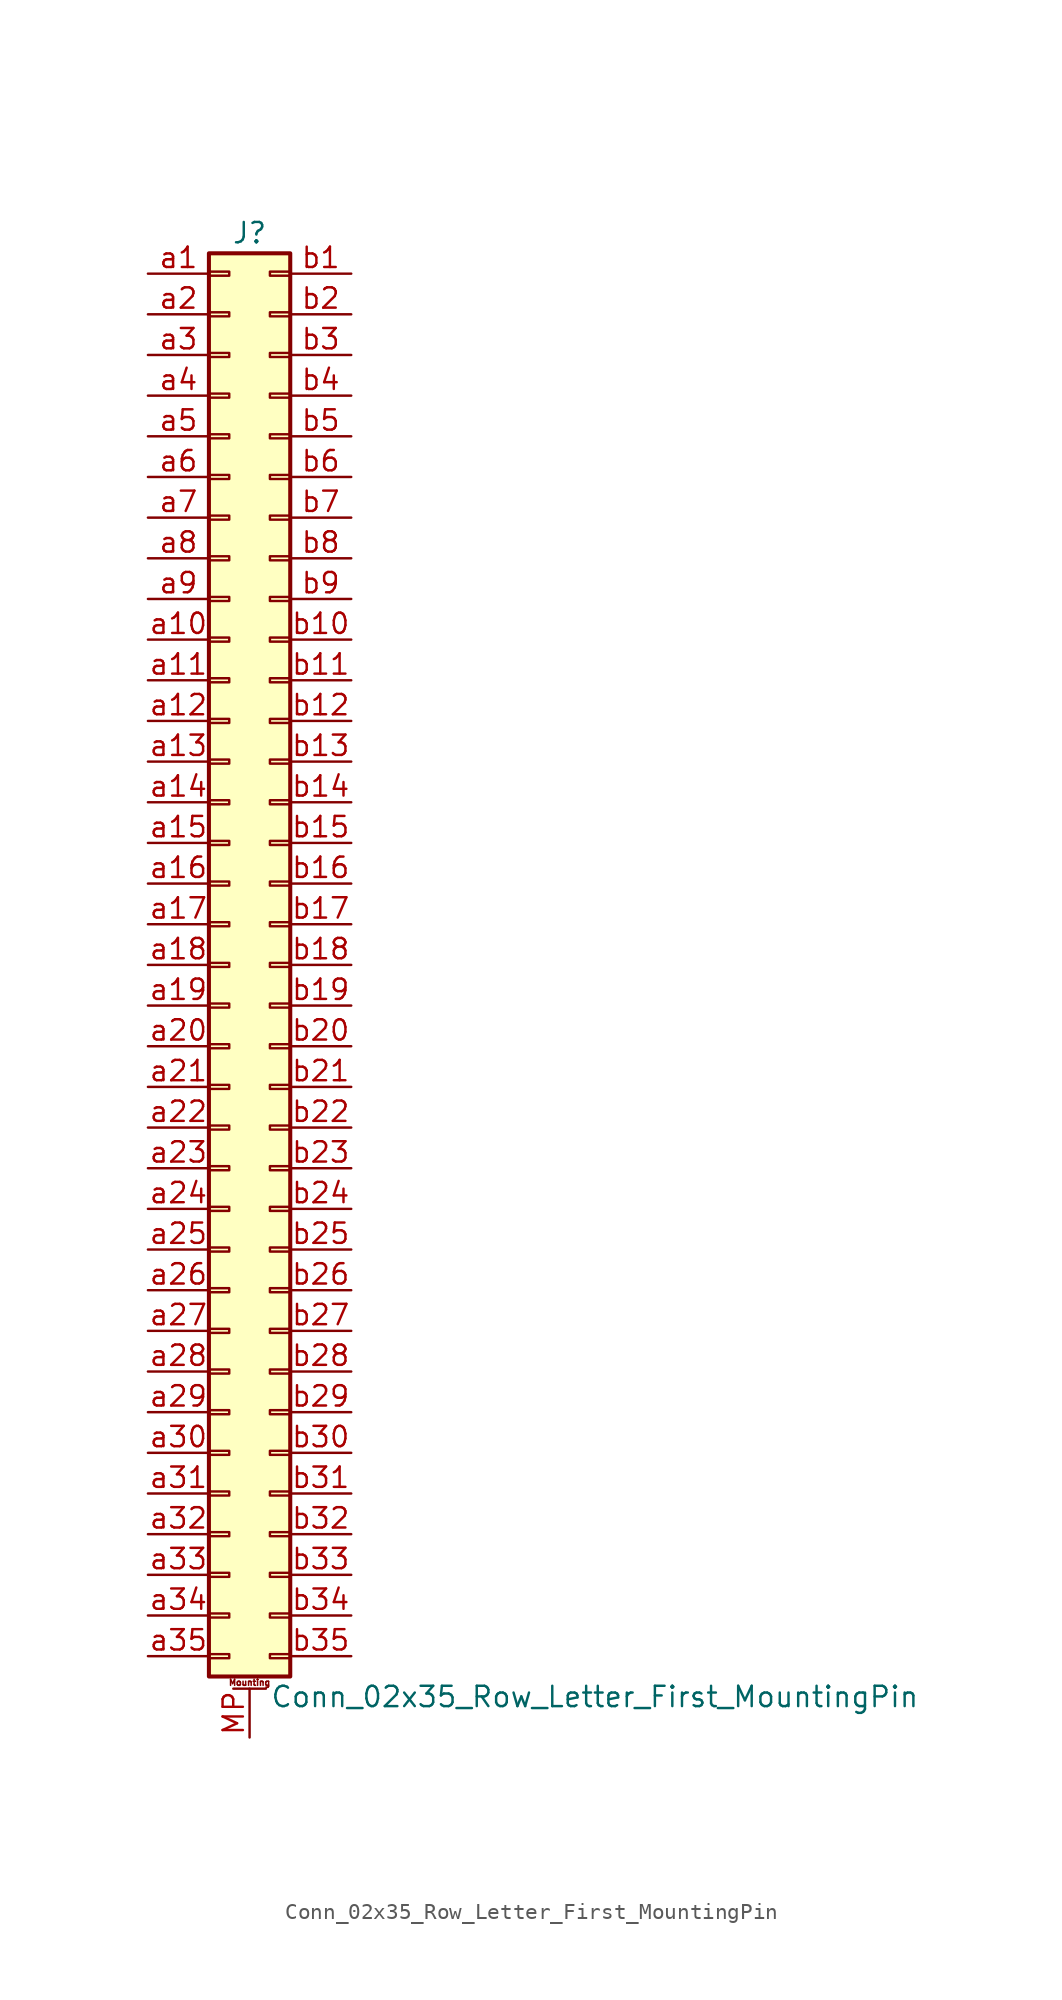
<source format=kicad_sym>
(kicad_symbol_lib
  (version 20201005)
  (generator kicad_symbol_editor)
  (symbol "Conn_02x35_Row_Letter_First_MountingPin"
    (pin_names
      (offset 1.016) hide)
    (property "Reference" "J"
      (at 1.27 45.72 0)
      (effects (font (size 1.27 1.27))))
    (property "Value" "Conn_02x35_Row_Letter_First_MountingPin"
      (at 2.54 -45.72 0)
      (effects (font (size 1.27 1.27)) (justify left)))
    (symbol "Conn_02x35_Row_Letter_First_MountingPin_1_1"
      (text "Mounting" (at 1.27 -44.831 0) (effects (font (size 0.381 0.381))))
      (rectangle (start -1.27 -43.053) (end 0 -43.307) (stroke (width 0.152)) (fill (type none)))
      (rectangle (start -1.27 -40.513) (end 0 -40.767) (stroke (width 0.152)) (fill (type none)))
      (rectangle (start -1.27 -37.973) (end 0 -38.227) (stroke (width 0.152)) (fill (type none)))
      (rectangle (start -1.27 -35.433) (end 0 -35.687) (stroke (width 0.152)) (fill (type none)))
      (rectangle (start -1.27 -32.893) (end 0 -33.147) (stroke (width 0.152)) (fill (type none)))
      (rectangle (start -1.27 -30.353) (end 0 -30.607) (stroke (width 0.152)) (fill (type none)))
      (rectangle (start -1.27 -27.813) (end 0 -28.067) (stroke (width 0.152)) (fill (type none)))
      (rectangle (start -1.27 -25.273) (end 0 -25.527) (stroke (width 0.152)) (fill (type none)))
      (rectangle (start -1.27 -22.733) (end 0 -22.987) (stroke (width 0.152)) (fill (type none)))
      (rectangle (start -1.27 -20.193) (end 0 -20.447) (stroke (width 0.152)) (fill (type none)))
      (rectangle (start -1.27 -17.653) (end 0 -17.907) (stroke (width 0.152)) (fill (type none)))
      (rectangle (start -1.27 -15.113) (end 0 -15.367) (stroke (width 0.152)) (fill (type none)))
      (rectangle (start -1.27 -12.573) (end 0 -12.827) (stroke (width 0.152)) (fill (type none)))
      (rectangle (start -1.27 -10.033) (end 0 -10.287) (stroke (width 0.152)) (fill (type none)))
      (rectangle (start -1.27 -7.493) (end 0 -7.747) (stroke (width 0.152)) (fill (type none)))
      (rectangle (start -1.27 -4.953) (end 0 -5.207) (stroke (width 0.152)) (fill (type none)))
      (rectangle (start -1.27 -2.413) (end 0 -2.667) (stroke (width 0.152)) (fill (type none)))
      (rectangle (start -1.27 0.127) (end 0 -0.127) (stroke (width 0.152)) (fill (type none)))
      (rectangle (start -1.27 2.667) (end 0 2.413) (stroke (width 0.152)) (fill (type none)))
      (rectangle (start -1.27 5.207) (end 0 4.953) (stroke (width 0.152)) (fill (type none)))
      (rectangle (start -1.27 7.747) (end 0 7.493) (stroke (width 0.152)) (fill (type none)))
      (rectangle (start -1.27 10.287) (end 0 10.033) (stroke (width 0.152)) (fill (type none)))
      (rectangle (start -1.27 12.827) (end 0 12.573) (stroke (width 0.152)) (fill (type none)))
      (rectangle (start -1.27 15.367) (end 0 15.113) (stroke (width 0.152)) (fill (type none)))
      (rectangle (start -1.27 17.907) (end 0 17.653) (stroke (width 0.152)) (fill (type none)))
      (rectangle (start -1.27 20.447) (end 0 20.193) (stroke (width 0.152)) (fill (type none)))
      (rectangle (start -1.27 22.987) (end 0 22.733) (stroke (width 0.152)) (fill (type none)))
      (rectangle (start -1.27 25.527) (end 0 25.273) (stroke (width 0.152)) (fill (type none)))
      (rectangle (start -1.27 28.067) (end 0 27.813) (stroke (width 0.152)) (fill (type none)))
      (rectangle (start -1.27 30.607) (end 0 30.353) (stroke (width 0.152)) (fill (type none)))
      (rectangle (start -1.27 33.147) (end 0 32.893) (stroke (width 0.152)) (fill (type none)))
      (rectangle (start -1.27 35.687) (end 0 35.433) (stroke (width 0.152)) (fill (type none)))
      (rectangle (start -1.27 38.227) (end 0 37.973) (stroke (width 0.152)) (fill (type none)))
      (rectangle (start -1.27 40.767) (end 0 40.513) (stroke (width 0.152)) (fill (type none)))
      (rectangle (start -1.27 43.307) (end 0 43.053) (stroke (width 0.152)) (fill (type none)))
      (rectangle (start -1.27 44.45) (end 3.81 -44.45) (stroke (width 0.254)) (fill (type background)))
      (rectangle (start 3.81 -43.053) (end 2.54 -43.307) (stroke (width 0.152)) (fill (type none)))
      (rectangle (start 3.81 -40.513) (end 2.54 -40.767) (stroke (width 0.152)) (fill (type none)))
      (rectangle (start 3.81 -37.973) (end 2.54 -38.227) (stroke (width 0.152)) (fill (type none)))
      (rectangle (start 3.81 -35.433) (end 2.54 -35.687) (stroke (width 0.152)) (fill (type none)))
      (rectangle (start 3.81 -32.893) (end 2.54 -33.147) (stroke (width 0.152)) (fill (type none)))
      (rectangle (start 3.81 -30.353) (end 2.54 -30.607) (stroke (width 0.152)) (fill (type none)))
      (rectangle (start 3.81 -27.813) (end 2.54 -28.067) (stroke (width 0.152)) (fill (type none)))
      (rectangle (start 3.81 -25.273) (end 2.54 -25.527) (stroke (width 0.152)) (fill (type none)))
      (rectangle (start 3.81 -22.733) (end 2.54 -22.987) (stroke (width 0.152)) (fill (type none)))
      (rectangle (start 3.81 -20.193) (end 2.54 -20.447) (stroke (width 0.152)) (fill (type none)))
      (rectangle (start 3.81 -17.653) (end 2.54 -17.907) (stroke (width 0.152)) (fill (type none)))
      (rectangle (start 3.81 -15.113) (end 2.54 -15.367) (stroke (width 0.152)) (fill (type none)))
      (rectangle (start 3.81 -12.573) (end 2.54 -12.827) (stroke (width 0.152)) (fill (type none)))
      (rectangle (start 3.81 -10.033) (end 2.54 -10.287) (stroke (width 0.152)) (fill (type none)))
      (rectangle (start 3.81 -7.493) (end 2.54 -7.747) (stroke (width 0.152)) (fill (type none)))
      (rectangle (start 3.81 -4.953) (end 2.54 -5.207) (stroke (width 0.152)) (fill (type none)))
      (rectangle (start 3.81 -2.413) (end 2.54 -2.667) (stroke (width 0.152)) (fill (type none)))
      (rectangle (start 3.81 0.127) (end 2.54 -0.127) (stroke (width 0.152)) (fill (type none)))
      (rectangle (start 3.81 2.667) (end 2.54 2.413) (stroke (width 0.152)) (fill (type none)))
      (rectangle (start 3.81 5.207) (end 2.54 4.953) (stroke (width 0.152)) (fill (type none)))
      (rectangle (start 3.81 7.747) (end 2.54 7.493) (stroke (width 0.152)) (fill (type none)))
      (rectangle (start 3.81 10.287) (end 2.54 10.033) (stroke (width 0.152)) (fill (type none)))
      (rectangle (start 3.81 12.827) (end 2.54 12.573) (stroke (width 0.152)) (fill (type none)))
      (rectangle (start 3.81 15.367) (end 2.54 15.113) (stroke (width 0.152)) (fill (type none)))
      (rectangle (start 3.81 17.907) (end 2.54 17.653) (stroke (width 0.152)) (fill (type none)))
      (rectangle (start 3.81 20.447) (end 2.54 20.193) (stroke (width 0.152)) (fill (type none)))
      (rectangle (start 3.81 22.987) (end 2.54 22.733) (stroke (width 0.152)) (fill (type none)))
      (rectangle (start 3.81 25.527) (end 2.54 25.273) (stroke (width 0.152)) (fill (type none)))
      (rectangle (start 3.81 28.067) (end 2.54 27.813) (stroke (width 0.152)) (fill (type none)))
      (rectangle (start 3.81 30.607) (end 2.54 30.353) (stroke (width 0.152)) (fill (type none)))
      (rectangle (start 3.81 33.147) (end 2.54 32.893) (stroke (width 0.152)) (fill (type none)))
      (rectangle (start 3.81 35.687) (end 2.54 35.433) (stroke (width 0.152)) (fill (type none)))
      (rectangle (start 3.81 38.227) (end 2.54 37.973) (stroke (width 0.152)) (fill (type none)))
      (rectangle (start 3.81 40.767) (end 2.54 40.513) (stroke (width 0.152)) (fill (type none)))
      (rectangle (start 3.81 43.307) (end 2.54 43.053) (stroke (width 0.152)) (fill (type none)))
      (polyline (pts (xy 0.254 -45.212) (xy 2.286 -45.212)) (stroke (width 0.152)) (fill (type none)))
      (pin passive line (at 1.27 -48.26 90) (length 3.048) (name "MountPin" (effects (font (size 1.27 1.27)))) (number "MP" (effects (font (size 1.27 1.27)))))
      (pin passive line (at -5.08 43.18 0) (length 3.81) (name "Pin_a1" (effects (font (size 1.27 1.27)))) (number "a1" (effects (font (size 1.27 1.27)))))
      (pin passive line (at -5.08 20.32 0) (length 3.81) (name "Pin_a10" (effects (font (size 1.27 1.27)))) (number "a10" (effects (font (size 1.27 1.27)))))
      (pin passive line (at -5.08 17.78 0) (length 3.81) (name "Pin_a11" (effects (font (size 1.27 1.27)))) (number "a11" (effects (font (size 1.27 1.27)))))
      (pin passive line (at -5.08 15.24 0) (length 3.81) (name "Pin_a12" (effects (font (size 1.27 1.27)))) (number "a12" (effects (font (size 1.27 1.27)))))
      (pin passive line (at -5.08 12.7 0) (length 3.81) (name "Pin_a13" (effects (font (size 1.27 1.27)))) (number "a13" (effects (font (size 1.27 1.27)))))
      (pin passive line (at -5.08 10.16 0) (length 3.81) (name "Pin_a14" (effects (font (size 1.27 1.27)))) (number "a14" (effects (font (size 1.27 1.27)))))
      (pin passive line (at -5.08 7.62 0) (length 3.81) (name "Pin_a15" (effects (font (size 1.27 1.27)))) (number "a15" (effects (font (size 1.27 1.27)))))
      (pin passive line (at -5.08 5.08 0) (length 3.81) (name "Pin_a16" (effects (font (size 1.27 1.27)))) (number "a16" (effects (font (size 1.27 1.27)))))
      (pin passive line (at -5.08 2.54 0) (length 3.81) (name "Pin_a17" (effects (font (size 1.27 1.27)))) (number "a17" (effects (font (size 1.27 1.27)))))
      (pin passive line (at -5.08 0 0) (length 3.81) (name "Pin_a18" (effects (font (size 1.27 1.27)))) (number "a18" (effects (font (size 1.27 1.27)))))
      (pin passive line (at -5.08 -2.54 0) (length 3.81) (name "Pin_a19" (effects (font (size 1.27 1.27)))) (number "a19" (effects (font (size 1.27 1.27)))))
      (pin passive line (at -5.08 40.64 0) (length 3.81) (name "Pin_a2" (effects (font (size 1.27 1.27)))) (number "a2" (effects (font (size 1.27 1.27)))))
      (pin passive line (at -5.08 -5.08 0) (length 3.81) (name "Pin_a20" (effects (font (size 1.27 1.27)))) (number "a20" (effects (font (size 1.27 1.27)))))
      (pin passive line (at -5.08 -7.62 0) (length 3.81) (name "Pin_a21" (effects (font (size 1.27 1.27)))) (number "a21" (effects (font (size 1.27 1.27)))))
      (pin passive line (at -5.08 -10.16 0) (length 3.81) (name "Pin_a22" (effects (font (size 1.27 1.27)))) (number "a22" (effects (font (size 1.27 1.27)))))
      (pin passive line (at -5.08 -12.7 0) (length 3.81) (name "Pin_a23" (effects (font (size 1.27 1.27)))) (number "a23" (effects (font (size 1.27 1.27)))))
      (pin passive line (at -5.08 -15.24 0) (length 3.81) (name "Pin_a24" (effects (font (size 1.27 1.27)))) (number "a24" (effects (font (size 1.27 1.27)))))
      (pin passive line (at -5.08 -17.78 0) (length 3.81) (name "Pin_a25" (effects (font (size 1.27 1.27)))) (number "a25" (effects (font (size 1.27 1.27)))))
      (pin passive line (at -5.08 -20.32 0) (length 3.81) (name "Pin_a26" (effects (font (size 1.27 1.27)))) (number "a26" (effects (font (size 1.27 1.27)))))
      (pin passive line (at -5.08 -22.86 0) (length 3.81) (name "Pin_a27" (effects (font (size 1.27 1.27)))) (number "a27" (effects (font (size 1.27 1.27)))))
      (pin passive line (at -5.08 -25.4 0) (length 3.81) (name "Pin_a28" (effects (font (size 1.27 1.27)))) (number "a28" (effects (font (size 1.27 1.27)))))
      (pin passive line (at -5.08 -27.94 0) (length 3.81) (name "Pin_a29" (effects (font (size 1.27 1.27)))) (number "a29" (effects (font (size 1.27 1.27)))))
      (pin passive line (at -5.08 38.1 0) (length 3.81) (name "Pin_a3" (effects (font (size 1.27 1.27)))) (number "a3" (effects (font (size 1.27 1.27)))))
      (pin passive line (at -5.08 -30.48 0) (length 3.81) (name "Pin_a30" (effects (font (size 1.27 1.27)))) (number "a30" (effects (font (size 1.27 1.27)))))
      (pin passive line (at -5.08 -33.02 0) (length 3.81) (name "Pin_a31" (effects (font (size 1.27 1.27)))) (number "a31" (effects (font (size 1.27 1.27)))))
      (pin passive line (at -5.08 -35.56 0) (length 3.81) (name "Pin_a32" (effects (font (size 1.27 1.27)))) (number "a32" (effects (font (size 1.27 1.27)))))
      (pin passive line (at -5.08 -38.1 0) (length 3.81) (name "Pin_a33" (effects (font (size 1.27 1.27)))) (number "a33" (effects (font (size 1.27 1.27)))))
      (pin passive line (at -5.08 -40.64 0) (length 3.81) (name "Pin_a34" (effects (font (size 1.27 1.27)))) (number "a34" (effects (font (size 1.27 1.27)))))
      (pin passive line (at -5.08 -43.18 0) (length 3.81) (name "Pin_a35" (effects (font (size 1.27 1.27)))) (number "a35" (effects (font (size 1.27 1.27)))))
      (pin passive line (at -5.08 35.56 0) (length 3.81) (name "Pin_a4" (effects (font (size 1.27 1.27)))) (number "a4" (effects (font (size 1.27 1.27)))))
      (pin passive line (at -5.08 33.02 0) (length 3.81) (name "Pin_a5" (effects (font (size 1.27 1.27)))) (number "a5" (effects (font (size 1.27 1.27)))))
      (pin passive line (at -5.08 30.48 0) (length 3.81) (name "Pin_a6" (effects (font (size 1.27 1.27)))) (number "a6" (effects (font (size 1.27 1.27)))))
      (pin passive line (at -5.08 27.94 0) (length 3.81) (name "Pin_a7" (effects (font (size 1.27 1.27)))) (number "a7" (effects (font (size 1.27 1.27)))))
      (pin passive line (at -5.08 25.4 0) (length 3.81) (name "Pin_a8" (effects (font (size 1.27 1.27)))) (number "a8" (effects (font (size 1.27 1.27)))))
      (pin passive line (at -5.08 22.86 0) (length 3.81) (name "Pin_a9" (effects (font (size 1.27 1.27)))) (number "a9" (effects (font (size 1.27 1.27)))))
      (pin passive line (at 7.62 43.18 180) (length 3.81) (name "Pin_b1" (effects (font (size 1.27 1.27)))) (number "b1" (effects (font (size 1.27 1.27)))))
      (pin passive line (at 7.62 20.32 180) (length 3.81) (name "Pin_b10" (effects (font (size 1.27 1.27)))) (number "b10" (effects (font (size 1.27 1.27)))))
      (pin passive line (at 7.62 17.78 180) (length 3.81) (name "Pin_b11" (effects (font (size 1.27 1.27)))) (number "b11" (effects (font (size 1.27 1.27)))))
      (pin passive line (at 7.62 15.24 180) (length 3.81) (name "Pin_b12" (effects (font (size 1.27 1.27)))) (number "b12" (effects (font (size 1.27 1.27)))))
      (pin passive line (at 7.62 12.7 180) (length 3.81) (name "Pin_b13" (effects (font (size 1.27 1.27)))) (number "b13" (effects (font (size 1.27 1.27)))))
      (pin passive line (at 7.62 10.16 180) (length 3.81) (name "Pin_b14" (effects (font (size 1.27 1.27)))) (number "b14" (effects (font (size 1.27 1.27)))))
      (pin passive line (at 7.62 7.62 180) (length 3.81) (name "Pin_b15" (effects (font (size 1.27 1.27)))) (number "b15" (effects (font (size 1.27 1.27)))))
      (pin passive line (at 7.62 5.08 180) (length 3.81) (name "Pin_b16" (effects (font (size 1.27 1.27)))) (number "b16" (effects (font (size 1.27 1.27)))))
      (pin passive line (at 7.62 2.54 180) (length 3.81) (name "Pin_b17" (effects (font (size 1.27 1.27)))) (number "b17" (effects (font (size 1.27 1.27)))))
      (pin passive line (at 7.62 0 180) (length 3.81) (name "Pin_b18" (effects (font (size 1.27 1.27)))) (number "b18" (effects (font (size 1.27 1.27)))))
      (pin passive line (at 7.62 -2.54 180) (length 3.81) (name "Pin_b19" (effects (font (size 1.27 1.27)))) (number "b19" (effects (font (size 1.27 1.27)))))
      (pin passive line (at 7.62 40.64 180) (length 3.81) (name "Pin_b2" (effects (font (size 1.27 1.27)))) (number "b2" (effects (font (size 1.27 1.27)))))
      (pin passive line (at 7.62 -5.08 180) (length 3.81) (name "Pin_b20" (effects (font (size 1.27 1.27)))) (number "b20" (effects (font (size 1.27 1.27)))))
      (pin passive line (at 7.62 -7.62 180) (length 3.81) (name "Pin_b21" (effects (font (size 1.27 1.27)))) (number "b21" (effects (font (size 1.27 1.27)))))
      (pin passive line (at 7.62 -10.16 180) (length 3.81) (name "Pin_b22" (effects (font (size 1.27 1.27)))) (number "b22" (effects (font (size 1.27 1.27)))))
      (pin passive line (at 7.62 -12.7 180) (length 3.81) (name "Pin_b23" (effects (font (size 1.27 1.27)))) (number "b23" (effects (font (size 1.27 1.27)))))
      (pin passive line (at 7.62 -15.24 180) (length 3.81) (name "Pin_b24" (effects (font (size 1.27 1.27)))) (number "b24" (effects (font (size 1.27 1.27)))))
      (pin passive line (at 7.62 -17.78 180) (length 3.81) (name "Pin_b25" (effects (font (size 1.27 1.27)))) (number "b25" (effects (font (size 1.27 1.27)))))
      (pin passive line (at 7.62 -20.32 180) (length 3.81) (name "Pin_b26" (effects (font (size 1.27 1.27)))) (number "b26" (effects (font (size 1.27 1.27)))))
      (pin passive line (at 7.62 -22.86 180) (length 3.81) (name "Pin_b27" (effects (font (size 1.27 1.27)))) (number "b27" (effects (font (size 1.27 1.27)))))
      (pin passive line (at 7.62 -25.4 180) (length 3.81) (name "Pin_b28" (effects (font (size 1.27 1.27)))) (number "b28" (effects (font (size 1.27 1.27)))))
      (pin passive line (at 7.62 -27.94 180) (length 3.81) (name "Pin_b29" (effects (font (size 1.27 1.27)))) (number "b29" (effects (font (size 1.27 1.27)))))
      (pin passive line (at 7.62 38.1 180) (length 3.81) (name "Pin_b3" (effects (font (size 1.27 1.27)))) (number "b3" (effects (font (size 1.27 1.27)))))
      (pin passive line (at 7.62 -30.48 180) (length 3.81) (name "Pin_b30" (effects (font (size 1.27 1.27)))) (number "b30" (effects (font (size 1.27 1.27)))))
      (pin passive line (at 7.62 -33.02 180) (length 3.81) (name "Pin_b31" (effects (font (size 1.27 1.27)))) (number "b31" (effects (font (size 1.27 1.27)))))
      (pin passive line (at 7.62 -35.56 180) (length 3.81) (name "Pin_b32" (effects (font (size 1.27 1.27)))) (number "b32" (effects (font (size 1.27 1.27)))))
      (pin passive line (at 7.62 -38.1 180) (length 3.81) (name "Pin_b33" (effects (font (size 1.27 1.27)))) (number "b33" (effects (font (size 1.27 1.27)))))
      (pin passive line (at 7.62 -40.64 180) (length 3.81) (name "Pin_b34" (effects (font (size 1.27 1.27)))) (number "b34" (effects (font (size 1.27 1.27)))))
      (pin passive line (at 7.62 -43.18 180) (length 3.81) (name "Pin_b35" (effects (font (size 1.27 1.27)))) (number "b35" (effects (font (size 1.27 1.27)))))
      (pin passive line (at 7.62 35.56 180) (length 3.81) (name "Pin_b4" (effects (font (size 1.27 1.27)))) (number "b4" (effects (font (size 1.27 1.27)))))
      (pin passive line (at 7.62 33.02 180) (length 3.81) (name "Pin_b5" (effects (font (size 1.27 1.27)))) (number "b5" (effects (font (size 1.27 1.27)))))
      (pin passive line (at 7.62 30.48 180) (length 3.81) (name "Pin_b6" (effects (font (size 1.27 1.27)))) (number "b6" (effects (font (size 1.27 1.27)))))
      (pin passive line (at 7.62 27.94 180) (length 3.81) (name "Pin_b7" (effects (font (size 1.27 1.27)))) (number "b7" (effects (font (size 1.27 1.27)))))
      (pin passive line (at 7.62 25.4 180) (length 3.81) (name "Pin_b8" (effects (font (size 1.27 1.27)))) (number "b8" (effects (font (size 1.27 1.27)))))
      (pin passive line (at 7.62 22.86 180) (length 3.81) (name "Pin_b9" (effects (font (size 1.27 1.27)))) (number "b9" (effects (font (size 1.27 1.27))))))))
</source>
